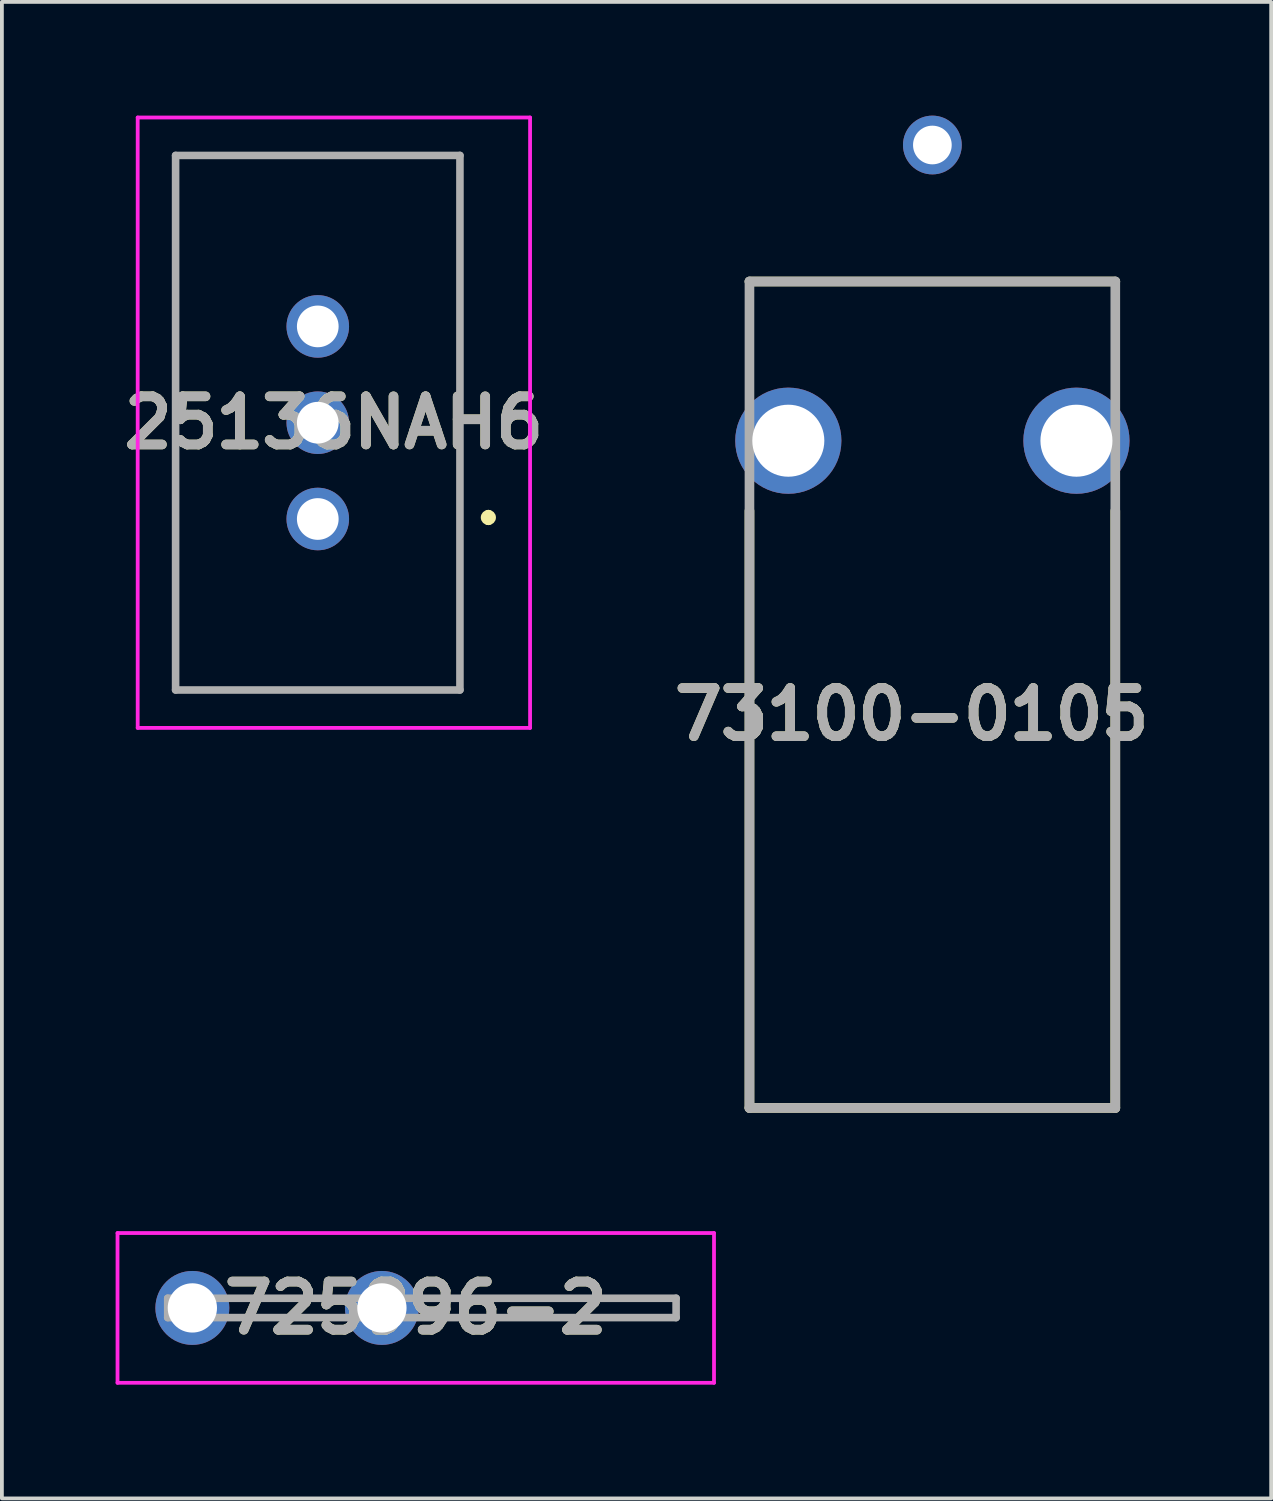
<source format=kicad_pcb>
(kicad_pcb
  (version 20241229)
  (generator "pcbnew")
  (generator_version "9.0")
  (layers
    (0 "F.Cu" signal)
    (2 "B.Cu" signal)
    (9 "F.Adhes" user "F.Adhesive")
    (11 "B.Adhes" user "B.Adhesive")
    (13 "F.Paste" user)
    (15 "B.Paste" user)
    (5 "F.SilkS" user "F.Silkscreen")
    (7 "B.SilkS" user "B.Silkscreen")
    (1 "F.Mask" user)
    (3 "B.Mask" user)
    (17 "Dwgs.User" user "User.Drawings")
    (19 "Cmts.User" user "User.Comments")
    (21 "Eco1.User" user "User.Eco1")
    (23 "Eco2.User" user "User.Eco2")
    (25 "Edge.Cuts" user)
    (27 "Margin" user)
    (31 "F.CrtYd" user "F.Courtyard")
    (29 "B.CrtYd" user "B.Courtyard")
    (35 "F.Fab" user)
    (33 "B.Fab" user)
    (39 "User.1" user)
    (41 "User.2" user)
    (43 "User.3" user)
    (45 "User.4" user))
  (footprint "725996-2"
    (layer "F.Cu")
    (at 7.917 31.45)
    (property "Reference" "725996-2" (at 0 0 0) (layer "F.SilkS") (effects (font (size 1.27 1.27) (thickness 0.254))))
    (attr through_hole)
    (fp_line (start -4.543 -0.255) (end -2.243 -0.255) (stroke (width 0.1) (type solid)) (layer "F.SilkS"))
    (fp_line (start -4.543 0.255) (end -2.243 0.255) (stroke (width 0.1) (type solid)) (layer "F.SilkS"))
    (fp_line (start 0.457 -0.255) (end 6.867 -0.255) (stroke (width 0.1) (type solid)) (layer "F.SilkS"))
    (fp_line (start 6.867 -0.255) (end 6.867 0.255) (stroke (width 0.1) (type solid)) (layer "F.SilkS"))
    (fp_line (start 6.867 0.255) (end 0.457 0.255) (stroke (width 0.1) (type solid)) (layer "F.SilkS"))
    (fp_line (start -7.867 -1.975) (end 7.867 -1.975) (stroke (width 0.1) (type solid)) (layer "F.CrtYd"))
    (fp_line (start -7.867 1.975) (end -7.867 -1.975) (stroke (width 0.1) (type solid)) (layer "F.CrtYd"))
    (fp_line (start 7.867 -1.975) (end 7.867 1.975) (stroke (width 0.1) (type solid)) (layer "F.CrtYd"))
    (fp_line (start 7.867 1.975) (end -7.867 1.975) (stroke (width 0.1) (type solid)) (layer "F.CrtYd"))
    (fp_line (start -6.543 -0.255) (end 6.867 -0.255) (stroke (width 0.2) (type solid)) (layer "F.Fab"))
    (fp_line (start -6.543 0.255) (end -6.543 -0.255) (stroke (width 0.2) (type solid)) (layer "F.Fab"))
    (fp_line (start 6.867 -0.255) (end 6.867 0.255) (stroke (width 0.2) (type solid)) (layer "F.Fab"))
    (fp_line (start 6.867 0.255) (end -6.543 0.255) (stroke (width 0.2) (type solid)) (layer "F.Fab"))
    (fp_text user "${REFERENCE}" (at 0 0 0) (layer "F.Fab") (effects (font (size 1.27 1.27) (thickness 0.254))))
    (pad "1" thru_hole circle (at -5.893 0) (size 1.95 1.95) (drill 1.3) (layers "*.Cu" "*.Mask"))
    (pad "2" thru_hole circle (at -0.893 0) (size 1.95 1.95) (drill 1.3) (layers "*.Cu" "*.Mask")))
  (footprint "73100-0105"
    (layer "F.Cu")
    (at 21.544 26.175)
    (property "Reference" "73100-0105" (at -0.546 -10.38 0) (layer "F.SilkS") (effects (font (size 1.27 1.27) (thickness 0.254))))
    (attr through_hole)
    (fp_line (start -4.825 -21.8) (end 4.825 -21.8) (stroke (width 0.254) (type solid)) (layer "F.SilkS"))
    (fp_line (start -4.825 0) (end -4.825 -15.75) (stroke (width 0.254) (type solid)) (layer "F.SilkS"))
    (fp_line (start -4.825 0) (end 4.825 0) (stroke (width 0.254) (type solid)) (layer "F.SilkS"))
    (fp_line (start 4.825 0) (end 4.825 -15.75) (stroke (width 0.254) (type solid)) (layer "F.SilkS"))
    (fp_line (start -4.825 -21.8) (end 4.825 -21.8) (stroke (width 0.254) (type solid)) (layer "F.Fab"))
    (fp_line (start -4.825 0) (end -4.825 -21.8) (stroke (width 0.254) (type solid)) (layer "F.Fab"))
    (fp_line (start 4.825 -21.8) (end 4.825 0) (stroke (width 0.254) (type solid)) (layer "F.Fab"))
    (fp_line (start 4.825 0) (end -4.825 0) (stroke (width 0.254) (type solid)) (layer "F.Fab"))
    (fp_text user "${REFERENCE}" (at -0.546 -10.38 0) (layer "F.Fab") (effects (font (size 1.27 1.27) (thickness 0.254))))
    (pad "1" thru_hole circle (at -3.8 -17.6) (size 2.8 2.8) (drill 1.9) (layers "*.Cu" "*.Mask"))
    (pad "2" thru_hole circle (at 3.8 -17.6) (size 2.8 2.8) (drill 1.9) (layers "*.Cu" "*.Mask"))
    (pad "3" thru_hole circle (at 0 -25.4) (size 1.55 1.55) (drill 1.02) (layers "*.Cu" "*.Mask")))
  (footprint "25136NAH6"
    (layer "F.Cu")
    (at 5.757 8.1)
    (property "Reference" "25136NAH6" (at 0 0 0) (layer "F.SilkS") (effects (font (size 1.27 1.27) (thickness 0.254))))
    (attr through_hole)
    (fp_line (start -4.175 -7.05) (end 3.325 -7.05) (stroke (width 0.1) (type solid)) (layer "F.SilkS"))
    (fp_line (start -4.175 7.05) (end -4.175 -7.05) (stroke (width 0.1) (type solid)) (layer "F.SilkS"))
    (fp_line (start 3.325 -7.05) (end 3.325 7.05) (stroke (width 0.1) (type solid)) (layer "F.SilkS"))
    (fp_line (start 3.325 7.05) (end -4.175 7.05) (stroke (width 0.1) (type solid)) (layer "F.SilkS"))
    (fp_line (start 4.075 2.4) (end 4.075 2.4) (stroke (width 0.2) (type solid)) (layer "F.SilkS"))
    (fp_line (start 4.075 2.6) (end 4.075 2.6) (stroke (width 0.2) (type solid)) (layer "F.SilkS"))
    (fp_arc (start 4.075 2.4) (mid 4.175 2.5) (end 4.075 2.6) (stroke (width 0.2) (type solid)) (layer "F.SilkS"))
    (fp_arc (start 4.075 2.6) (mid 3.975 2.5) (end 4.075 2.4) (stroke (width 0.2) (type solid)) (layer "F.SilkS"))
    (fp_line (start -5.175 -8.05) (end 5.175 -8.05) (stroke (width 0.1) (type solid)) (layer "F.CrtYd"))
    (fp_line (start -5.175 8.05) (end -5.175 -8.05) (stroke (width 0.1) (type solid)) (layer "F.CrtYd"))
    (fp_line (start 5.175 -8.05) (end 5.175 8.05) (stroke (width 0.1) (type solid)) (layer "F.CrtYd"))
    (fp_line (start 5.175 8.05) (end -5.175 8.05) (stroke (width 0.1) (type solid)) (layer "F.CrtYd"))
    (fp_line (start -4.175 -7.05) (end 3.325 -7.05) (stroke (width 0.2) (type solid)) (layer "F.Fab"))
    (fp_line (start -4.175 7.05) (end -4.175 -7.05) (stroke (width 0.2) (type solid)) (layer "F.Fab"))
    (fp_line (start 3.325 -7.05) (end 3.325 7.05) (stroke (width 0.2) (type solid)) (layer "F.Fab"))
    (fp_line (start 3.325 7.05) (end -4.175 7.05) (stroke (width 0.2) (type solid)) (layer "F.Fab"))
    (fp_text user "${REFERENCE}" (at 0 0 0) (layer "F.Fab") (effects (font (size 1.27 1.27) (thickness 0.254))))
    (pad "1" thru_hole circle (at -0.425 2.54) (size 1.65 1.65) (drill 1.1) (layers "*.Cu" "*.Mask"))
    (pad "2" thru_hole circle (at -0.425 0) (size 1.65 1.65) (drill 1.1) (layers "*.Cu" "*.Mask"))
    (pad "3" thru_hole circle (at -0.425 -2.54) (size 1.65 1.65) (drill 1.1) (layers "*.Cu" "*.Mask")))
  (gr_rect
    (start -3 -3)
    (end 30.481 36.475)
    (stroke (width 0.1) (type default))
    (fill no)
    (layer "Edge.Cuts")))
</source>
